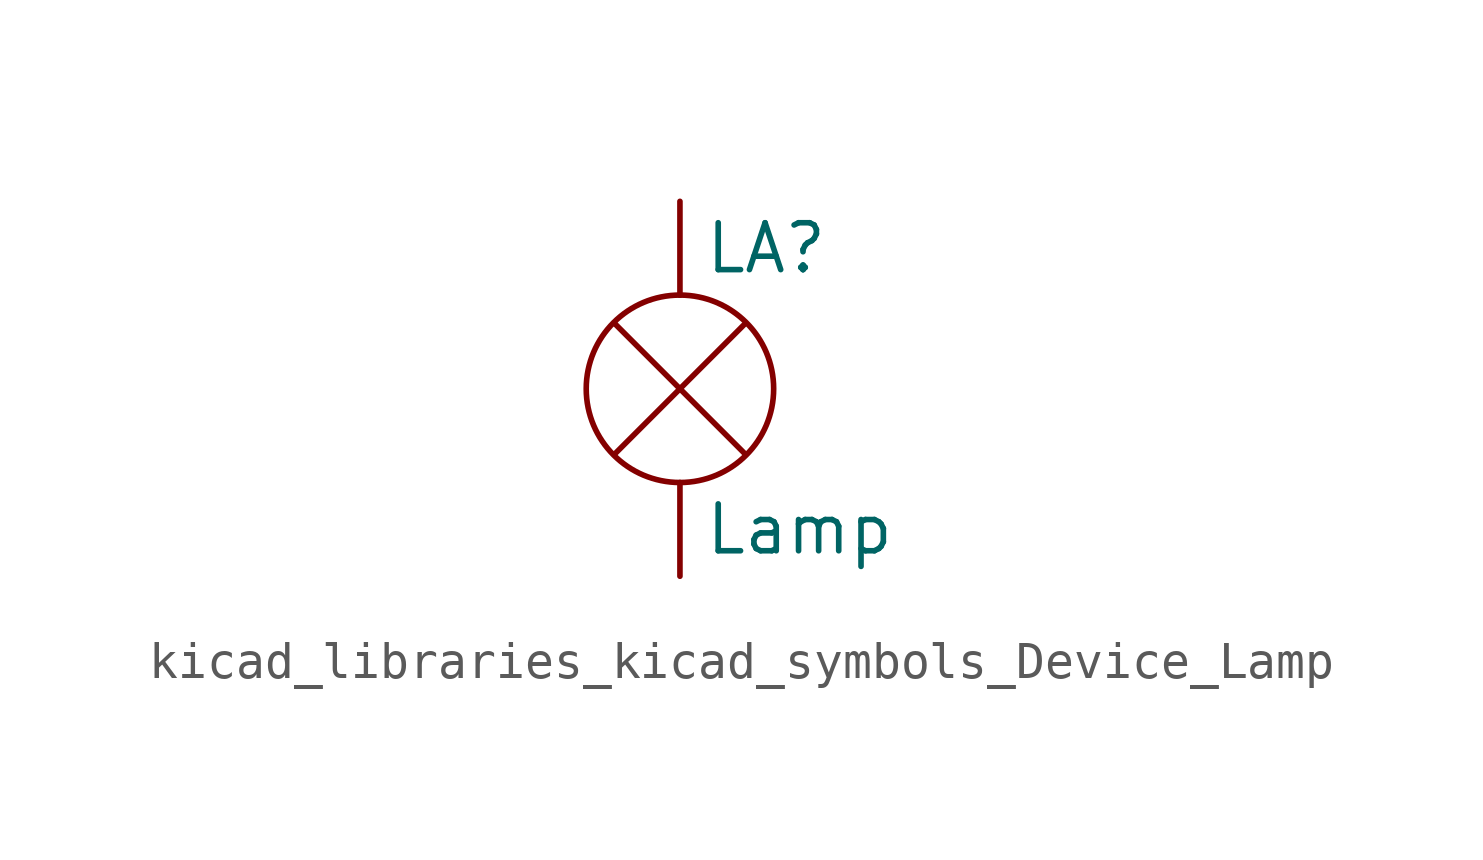
<source format=kicad_sym>
(kicad_symbol_lib
  (version 20220914)
  (generator kicad_symbol_editor)
  (symbol "kicad_libraries_kicad_symbols_Device_Lamp"
    (pin_numbers hide)
    (pin_names
      (offset 0.025) hide)
    (property "Reference" "LA"
      (at 0.635 3.81 0)
      (effects (font (size 1.27 1.27)) (justify left)))
    (property "Value" "Lamp"
      (at 0.635 -3.81 0)
      (effects (font (size 1.27 1.27)) (justify left)))
    (symbol "kicad_libraries_kicad_symbols_Device_Lamp_0_1"
      (polyline (pts (xy -1.778 1.778) (xy 1.778 -1.778)) (stroke (width 0) (type default)) (fill (type none)))
      (polyline (pts (xy 1.778 1.778) (xy -1.778 -1.778)) (stroke (width 0) (type default)) (fill (type none)))
      (circle (center 0 0) (radius 2.54) (stroke (width 0) (type default)) (fill (type none))))
    (symbol "kicad_libraries_kicad_symbols_Device_Lamp_1_1"
      (pin passive line (at 0 -5.08 90) (length 2.54) (name "-" (effects (font (size 1.27 1.27)))) (number "1" (effects (font (size 1.27 1.27)))))
      (pin passive line (at 0 5.08 270) (length 2.54) (name "+" (effects (font (size 1.27 1.27)))) (number "2" (effects (font (size 1.27 1.27))))))))
</source>
